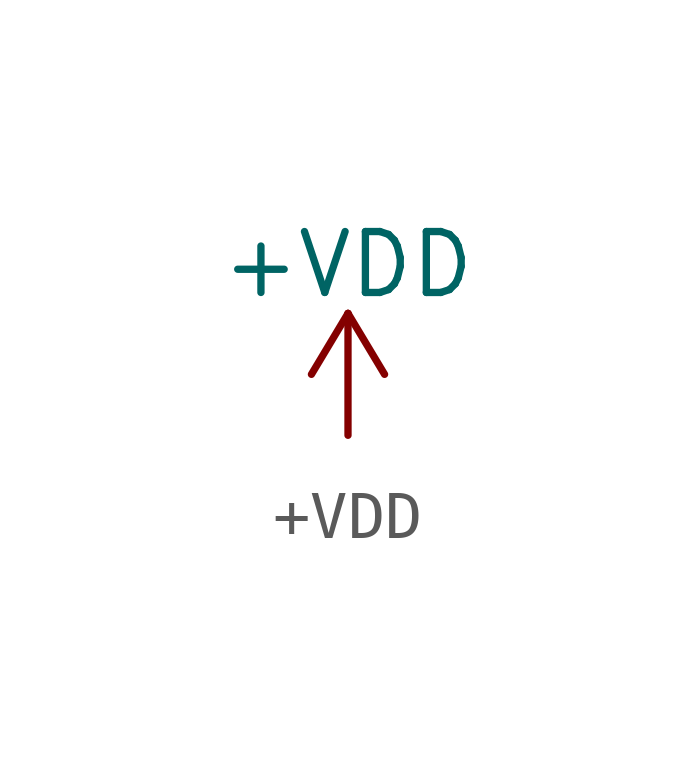
<source format=kicad_sym>
(kicad_symbol_lib
  (version 20211014)
  (generator kicad_symbol_editor)
  (symbol "+VDD"
    (power)
    (pin_names
      (offset 0))
    (property "Reference" "#PWR"
      (at 0 -3.81 0)
      (effects (font (size 1.27 1.27)) hide))
    (property "Value" "+VDD"
      (at 0 3.556 0)
      (effects (font (size 1.27 1.27))))
    (symbol "+VDD_0_1"
      (polyline (pts (xy -0.762 1.27) (xy 0 2.54)) (stroke (width 0) (type default) (color 0 0 0 0)) (fill (type none)))
      (polyline (pts (xy 0 0) (xy 0 2.54)) (stroke (width 0) (type default) (color 0 0 0 0)) (fill (type none)))
      (polyline (pts (xy 0 2.54) (xy 0.762 1.27)) (stroke (width 0) (type default) (color 0 0 0 0)) (fill (type none))))
    (symbol "+VDD_1_1"
      (pin power_in line (at 0 0 90) (length 0) hide (name "+VDD" (effects (font (size 1.27 1.27)))) (number "1" (effects (font (size 1.27 1.27))))))))
</source>
